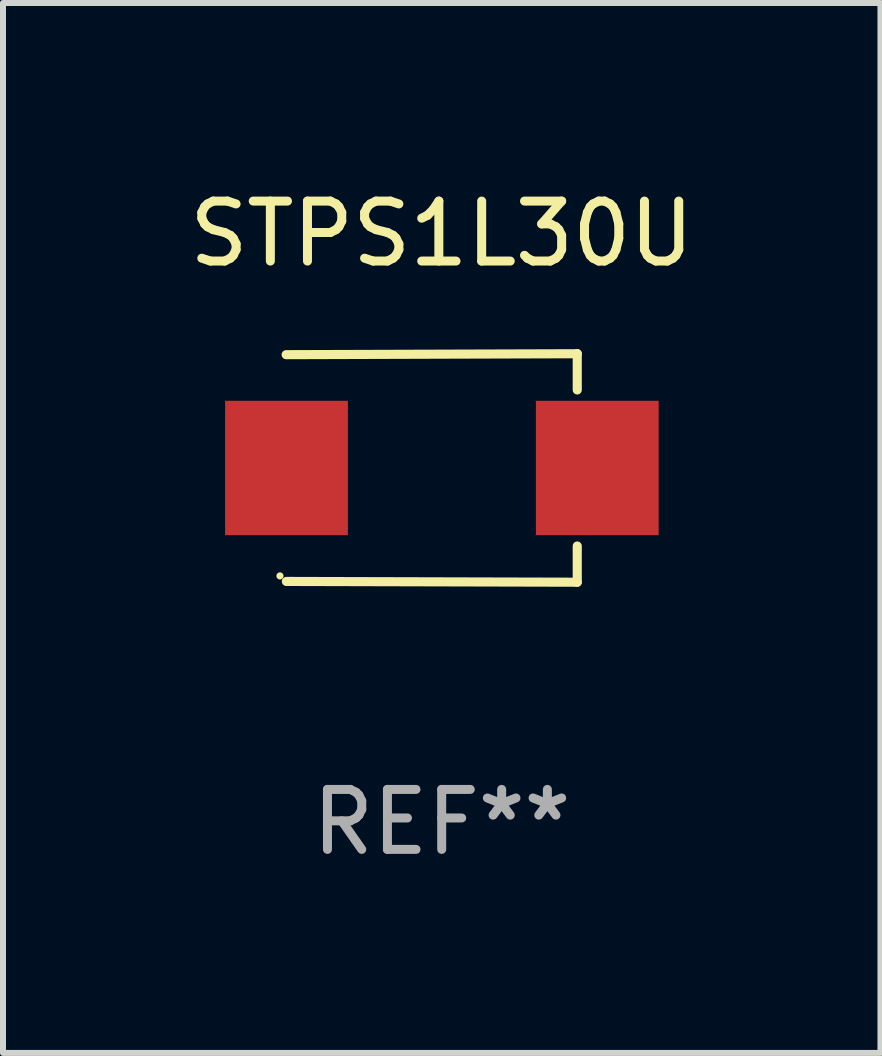
<source format=kicad_pcb>
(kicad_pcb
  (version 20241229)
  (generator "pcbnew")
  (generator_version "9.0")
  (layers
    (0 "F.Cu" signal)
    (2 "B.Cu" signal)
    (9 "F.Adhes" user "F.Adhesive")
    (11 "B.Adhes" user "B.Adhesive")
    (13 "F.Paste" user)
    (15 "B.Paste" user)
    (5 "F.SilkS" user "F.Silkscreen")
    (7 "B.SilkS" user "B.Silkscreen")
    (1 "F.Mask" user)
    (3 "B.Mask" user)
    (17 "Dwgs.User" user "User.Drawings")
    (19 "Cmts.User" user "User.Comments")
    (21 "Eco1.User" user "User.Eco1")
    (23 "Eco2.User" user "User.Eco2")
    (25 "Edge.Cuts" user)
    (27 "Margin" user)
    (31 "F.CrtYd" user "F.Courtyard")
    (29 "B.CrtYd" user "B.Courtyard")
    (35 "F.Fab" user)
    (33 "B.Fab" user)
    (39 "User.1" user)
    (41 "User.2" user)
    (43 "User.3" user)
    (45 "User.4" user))
  (footprint "STPS1L30U"
    (layer "F.Cu")
    (at 4.315 4.753)
    (property "Reference" "STPS1L30U" (at 0 -3.905 0) (layer "F.SilkS") (effects (font (size 1 1) (thickness 0.15))))
    (attr through_hole)
    (fp_line (start 2.256 -1.905) (end -2.594 -1.889) (stroke (width 0.152) (type solid)) (layer "F.SilkS"))
    (fp_line (start 2.256 -1.905) (end 2.26 -1.905) (stroke (width 0.152) (type solid)) (layer "F.SilkS"))
    (fp_line (start 2.26 -1.905) (end 2.26 -1.301) (stroke (width 0.152) (type solid)) (layer "F.SilkS"))
    (fp_line (start 2.26 1.301) (end 2.26 1.905) (stroke (width 0.152) (type solid)) (layer "F.SilkS"))
    (fp_line (start 2.26 1.905) (end -2.59 1.892) (stroke (width 0.152) (type solid)) (layer "F.SilkS"))
    (fp_circle (center -2.697 1.8) (end -2.667 1.8) (stroke (width 0.06) (type solid)) (fill no) (layer "F.SilkS"))
    (fp_text user "REF**" (at 0 5.905 0) (layer "F.Fab") (effects (font (size 1 1) (thickness 0.15))))
    (pad "1" smd rect (at -2.588 0) (size 2.047 2.241) (layers "F.Cu" "F.Mask" "F.Paste"))
    (pad "2" smd rect (at 2.594 0) (size 2.047 2.241) (layers "F.Cu" "F.Mask" "F.Paste")))
  (gr_rect
    (start -3 -3)
    (end 11.631 14.507)
    (stroke (width 0.1) (type default))
    (fill no)
    (layer "Edge.Cuts")))
</source>
